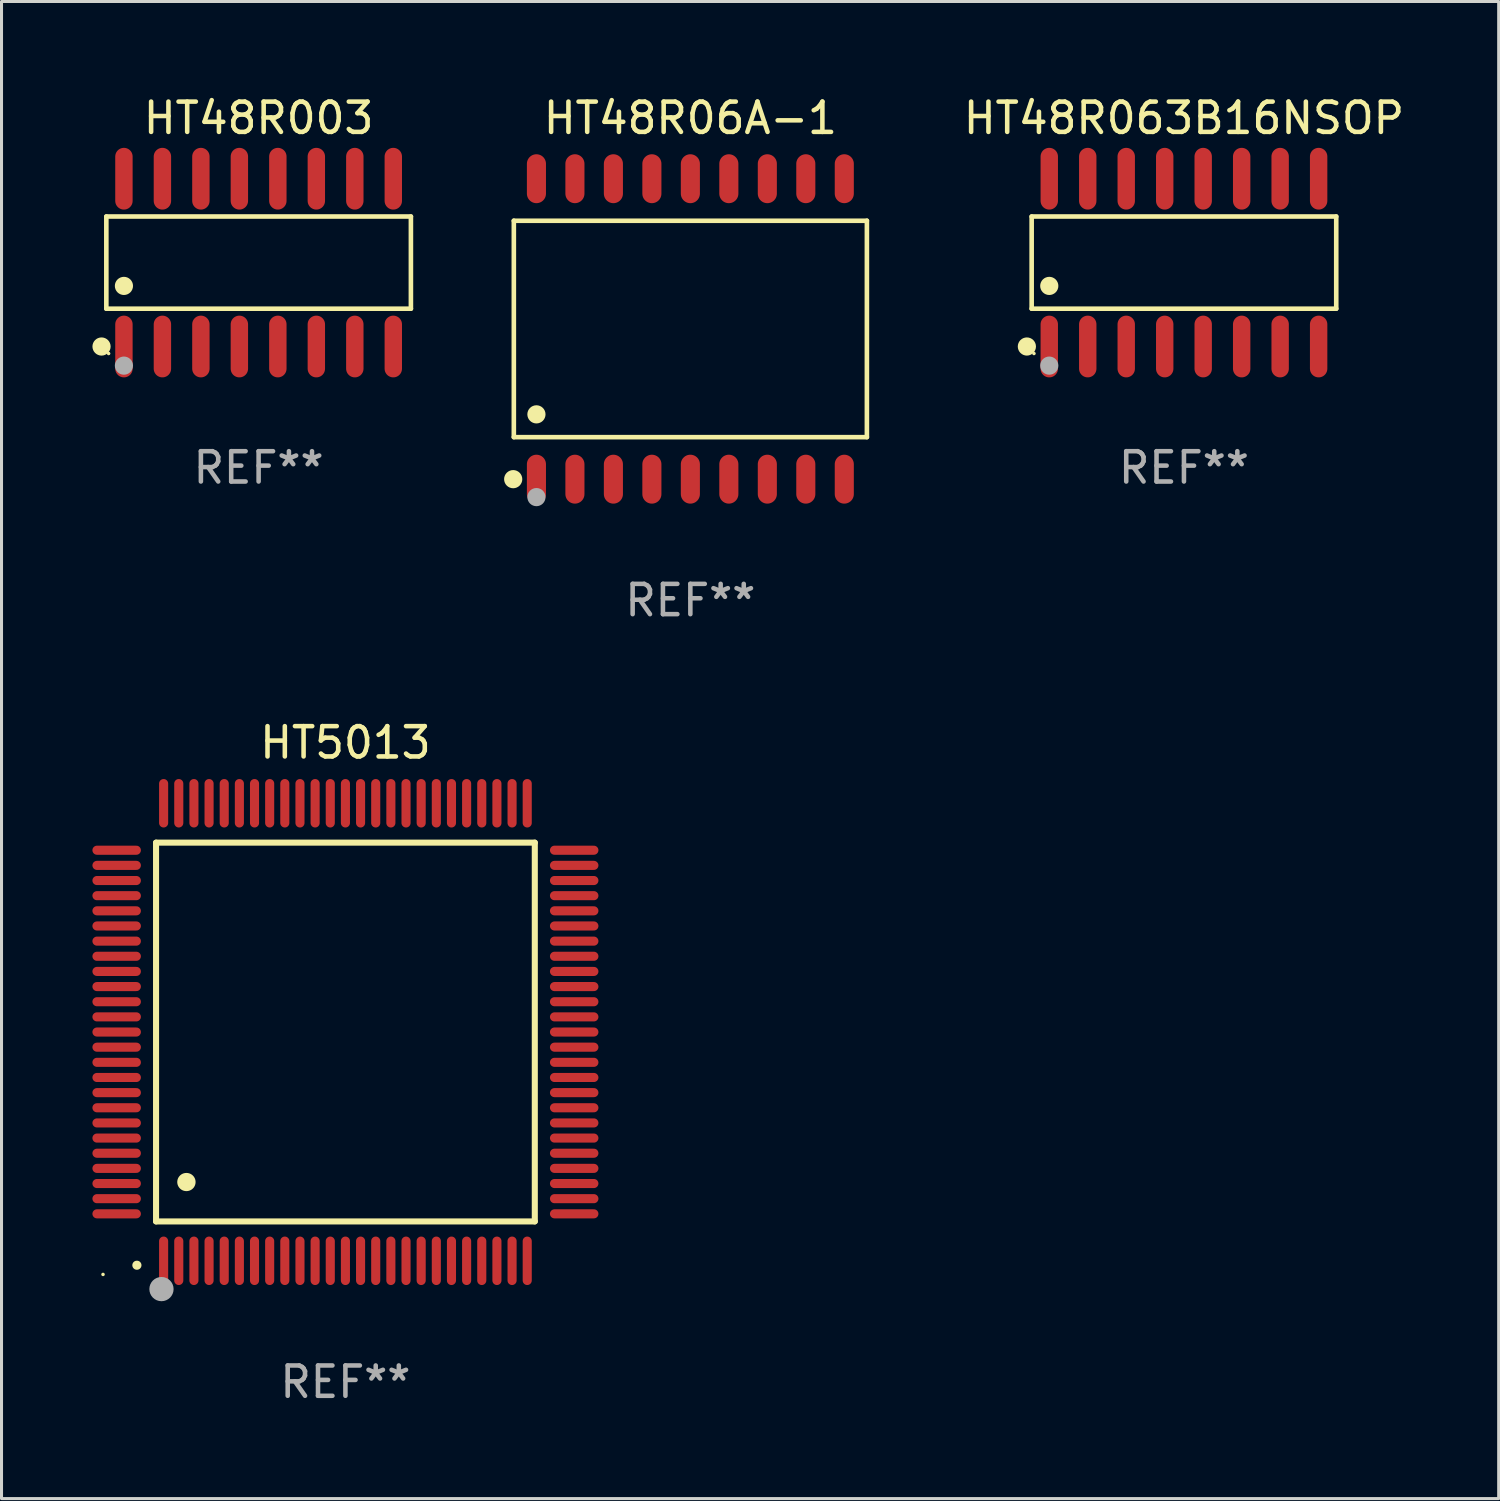
<source format=kicad_pcb>
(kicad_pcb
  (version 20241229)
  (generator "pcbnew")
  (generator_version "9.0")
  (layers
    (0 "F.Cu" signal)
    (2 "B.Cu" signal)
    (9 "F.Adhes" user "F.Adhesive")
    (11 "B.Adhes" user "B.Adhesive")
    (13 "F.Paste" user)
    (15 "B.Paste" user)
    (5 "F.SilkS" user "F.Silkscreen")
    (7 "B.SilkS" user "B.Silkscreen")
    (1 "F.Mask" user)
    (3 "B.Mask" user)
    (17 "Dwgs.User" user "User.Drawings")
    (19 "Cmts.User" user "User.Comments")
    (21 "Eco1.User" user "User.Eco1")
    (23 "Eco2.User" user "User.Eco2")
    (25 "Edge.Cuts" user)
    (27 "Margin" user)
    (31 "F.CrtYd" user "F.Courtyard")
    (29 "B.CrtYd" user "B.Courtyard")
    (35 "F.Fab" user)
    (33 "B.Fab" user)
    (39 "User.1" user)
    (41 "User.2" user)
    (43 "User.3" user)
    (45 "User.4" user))
  (footprint "HT48R063B16NSOP"
    (layer "F.Cu")
    (at 36.024 5.617)
    (property "Reference" "HT48R063B16NSOP" (at 0 -4.769 0) (layer "F.SilkS") (effects (font (size 1 1) (thickness 0.15))))
    (attr through_hole)
    (fp_line (start -5.026 -1.521) (end 5.026 -1.521) (stroke (width 0.152) (type solid)) (layer "F.SilkS"))
    (fp_line (start -5.026 1.521) (end -5.026 -1.521) (stroke (width 0.152) (type solid)) (layer "F.SilkS"))
    (fp_line (start 5.026 -1.521) (end 5.026 1.521) (stroke (width 0.152) (type solid)) (layer "F.SilkS"))
    (fp_line (start 5.026 1.521) (end -5.026 1.521) (stroke (width 0.152) (type solid)) (layer "F.SilkS"))
    (fp_circle (center -5.184 2.769) (end -5.034 2.769) (stroke (width 0.3) (type solid)) (fill no) (layer "F.SilkS"))
    (fp_circle (center -4.95 3) (end -4.92 3) (stroke (width 0.06) (type solid)) (fill no) (layer "F.SilkS"))
    (fp_circle (center -4.445 0.769) (end -4.295 0.769) (stroke (width 0.3) (type solid)) (fill no) (layer "F.SilkS"))
    (fp_circle (center -4.445 3.4) (end -4.295 3.4) (stroke (width 0.3) (type solid)) (fill no) (layer "F.Fab"))
    (fp_text user "REF**" (at 0 6.769 0) (layer "F.Fab") (effects (font (size 1 1) (thickness 0.15))))
    (pad "1" smd oval (at -4.445 2.769) (size 0.574 2.038) (layers "F.Cu" "F.Mask" "F.Paste"))
    (pad "2" smd oval (at -3.175 2.769) (size 0.574 2.038) (layers "F.Cu" "F.Mask" "F.Paste"))
    (pad "3" smd oval (at -1.905 2.769) (size 0.574 2.038) (layers "F.Cu" "F.Mask" "F.Paste"))
    (pad "4" smd oval (at -0.635 2.769) (size 0.574 2.038) (layers "F.Cu" "F.Mask" "F.Paste"))
    (pad "5" smd oval (at 0.635 2.769) (size 0.574 2.038) (layers "F.Cu" "F.Mask" "F.Paste"))
    (pad "6" smd oval (at 1.905 2.769) (size 0.574 2.038) (layers "F.Cu" "F.Mask" "F.Paste"))
    (pad "7" smd oval (at 3.175 2.769) (size 0.574 2.038) (layers "F.Cu" "F.Mask" "F.Paste"))
    (pad "8" smd oval (at 4.445 2.769) (size 0.574 2.038) (layers "F.Cu" "F.Mask" "F.Paste"))
    (pad "9" smd oval (at 4.445 -2.769) (size 0.574 2.038) (layers "F.Cu" "F.Mask" "F.Paste"))
    (pad "10" smd oval (at 3.175 -2.769) (size 0.574 2.038) (layers "F.Cu" "F.Mask" "F.Paste"))
    (pad "11" smd oval (at 1.905 -2.769) (size 0.574 2.038) (layers "F.Cu" "F.Mask" "F.Paste"))
    (pad "12" smd oval (at 0.635 -2.769) (size 0.574 2.038) (layers "F.Cu" "F.Mask" "F.Paste"))
    (pad "13" smd oval (at -0.635 -2.769) (size 0.574 2.038) (layers "F.Cu" "F.Mask" "F.Paste"))
    (pad "14" smd oval (at -1.905 -2.769) (size 0.574 2.038) (layers "F.Cu" "F.Mask" "F.Paste"))
    (pad "15" smd oval (at -3.175 -2.769) (size 0.574 2.038) (layers "F.Cu" "F.Mask" "F.Paste"))
    (pad "16" smd oval (at -4.445 -2.769) (size 0.574 2.038) (layers "F.Cu" "F.Mask" "F.Paste")))
  (footprint "HT48R06A-1"
    (layer "F.Cu")
    (at 19.734 7.806)
    (property "Reference" "HT48R06A-1" (at 0 -6.958 0) (layer "F.SilkS") (effects (font (size 1 1) (thickness 0.15))))
    (attr through_hole)
    (fp_line (start -5.826 -3.571) (end 5.826 -3.571) (stroke (width 0.152) (type solid)) (layer "F.SilkS"))
    (fp_line (start -5.826 3.571) (end -5.826 -3.571) (stroke (width 0.152) (type solid)) (layer "F.SilkS"))
    (fp_line (start 5.826 -3.571) (end 5.826 3.571) (stroke (width 0.152) (type solid)) (layer "F.SilkS"))
    (fp_line (start 5.826 3.571) (end -5.826 3.571) (stroke (width 0.152) (type solid)) (layer "F.SilkS"))
    (fp_circle (center -5.847 4.958) (end -5.697 4.958) (stroke (width 0.3) (type solid)) (fill no) (layer "F.SilkS"))
    (fp_circle (center -5.75 5.15) (end -5.72 5.15) (stroke (width 0.06) (type solid)) (fill no) (layer "F.SilkS"))
    (fp_circle (center -5.08 2.819) (end -4.93 2.819) (stroke (width 0.3) (type solid)) (fill no) (layer "F.SilkS"))
    (fp_circle (center -5.08 5.55) (end -4.93 5.55) (stroke (width 0.3) (type solid)) (fill no) (layer "F.Fab"))
    (fp_text user "REF**" (at 0 8.958 0) (layer "F.Fab") (effects (font (size 1 1) (thickness 0.15))))
    (pad "1" smd oval (at -5.08 4.958) (size 0.63 1.615) (layers "F.Cu" "F.Mask" "F.Paste"))
    (pad "2" smd oval (at -3.81 4.958) (size 0.63 1.615) (layers "F.Cu" "F.Mask" "F.Paste"))
    (pad "3" smd oval (at -2.54 4.958) (size 0.63 1.615) (layers "F.Cu" "F.Mask" "F.Paste"))
    (pad "4" smd oval (at -1.27 4.958) (size 0.63 1.615) (layers "F.Cu" "F.Mask" "F.Paste"))
    (pad "5" smd oval (at 0 4.958) (size 0.63 1.615) (layers "F.Cu" "F.Mask" "F.Paste"))
    (pad "6" smd oval (at 1.27 4.958) (size 0.63 1.615) (layers "F.Cu" "F.Mask" "F.Paste"))
    (pad "7" smd oval (at 2.54 4.958) (size 0.63 1.615) (layers "F.Cu" "F.Mask" "F.Paste"))
    (pad "8" smd oval (at 3.81 4.958) (size 0.63 1.615) (layers "F.Cu" "F.Mask" "F.Paste"))
    (pad "9" smd oval (at 5.08 4.958) (size 0.63 1.615) (layers "F.Cu" "F.Mask" "F.Paste"))
    (pad "10" smd oval (at 5.08 -4.958) (size 0.63 1.615) (layers "F.Cu" "F.Mask" "F.Paste"))
    (pad "11" smd oval (at 3.81 -4.958) (size 0.63 1.615) (layers "F.Cu" "F.Mask" "F.Paste"))
    (pad "12" smd oval (at 2.54 -4.958) (size 0.63 1.615) (layers "F.Cu" "F.Mask" "F.Paste"))
    (pad "13" smd oval (at 1.27 -4.958) (size 0.63 1.615) (layers "F.Cu" "F.Mask" "F.Paste"))
    (pad "14" smd oval (at 0 -4.958) (size 0.63 1.615) (layers "F.Cu" "F.Mask" "F.Paste"))
    (pad "15" smd oval (at -1.27 -4.958) (size 0.63 1.615) (layers "F.Cu" "F.Mask" "F.Paste"))
    (pad "16" smd oval (at -2.54 -4.958) (size 0.63 1.615) (layers "F.Cu" "F.Mask" "F.Paste"))
    (pad "17" smd oval (at -3.81 -4.958) (size 0.63 1.615) (layers "F.Cu" "F.Mask" "F.Paste"))
    (pad "18" smd oval (at -5.08 -4.958) (size 0.63 1.615) (layers "F.Cu" "F.Mask" "F.Paste")))
  (footprint "HT48R003"
    (layer "F.Cu")
    (at 5.485 5.617)
    (property "Reference" "HT48R003" (at 0 -4.769 0) (layer "F.SilkS") (effects (font (size 1 1) (thickness 0.15))))
    (attr through_hole)
    (fp_line (start -5.026 -1.521) (end 5.026 -1.521) (stroke (width 0.152) (type solid)) (layer "F.SilkS"))
    (fp_line (start -5.026 1.521) (end -5.026 -1.521) (stroke (width 0.152) (type solid)) (layer "F.SilkS"))
    (fp_line (start 5.026 -1.521) (end 5.026 1.521) (stroke (width 0.152) (type solid)) (layer "F.SilkS"))
    (fp_line (start 5.026 1.521) (end -5.026 1.521) (stroke (width 0.152) (type solid)) (layer "F.SilkS"))
    (fp_circle (center -5.184 2.769) (end -5.034 2.769) (stroke (width 0.3) (type solid)) (fill no) (layer "F.SilkS"))
    (fp_circle (center -4.95 3) (end -4.92 3) (stroke (width 0.06) (type solid)) (fill no) (layer "F.SilkS"))
    (fp_circle (center -4.445 0.769) (end -4.295 0.769) (stroke (width 0.3) (type solid)) (fill no) (layer "F.SilkS"))
    (fp_circle (center -4.445 3.4) (end -4.295 3.4) (stroke (width 0.3) (type solid)) (fill no) (layer "F.Fab"))
    (fp_text user "REF**" (at 0 6.769 0) (layer "F.Fab") (effects (font (size 1 1) (thickness 0.15))))
    (pad "1" smd oval (at -4.445 2.769) (size 0.574 2.038) (layers "F.Cu" "F.Mask" "F.Paste"))
    (pad "2" smd oval (at -3.175 2.769) (size 0.574 2.038) (layers "F.Cu" "F.Mask" "F.Paste"))
    (pad "3" smd oval (at -1.905 2.769) (size 0.574 2.038) (layers "F.Cu" "F.Mask" "F.Paste"))
    (pad "4" smd oval (at -0.635 2.769) (size 0.574 2.038) (layers "F.Cu" "F.Mask" "F.Paste"))
    (pad "5" smd oval (at 0.635 2.769) (size 0.574 2.038) (layers "F.Cu" "F.Mask" "F.Paste"))
    (pad "6" smd oval (at 1.905 2.769) (size 0.574 2.038) (layers "F.Cu" "F.Mask" "F.Paste"))
    (pad "7" smd oval (at 3.175 2.769) (size 0.574 2.038) (layers "F.Cu" "F.Mask" "F.Paste"))
    (pad "8" smd oval (at 4.445 2.769) (size 0.574 2.038) (layers "F.Cu" "F.Mask" "F.Paste"))
    (pad "9" smd oval (at 4.445 -2.769) (size 0.574 2.038) (layers "F.Cu" "F.Mask" "F.Paste"))
    (pad "10" smd oval (at 3.175 -2.769) (size 0.574 2.038) (layers "F.Cu" "F.Mask" "F.Paste"))
    (pad "11" smd oval (at 1.905 -2.769) (size 0.574 2.038) (layers "F.Cu" "F.Mask" "F.Paste"))
    (pad "12" smd oval (at 0.635 -2.769) (size 0.574 2.038) (layers "F.Cu" "F.Mask" "F.Paste"))
    (pad "13" smd oval (at -0.635 -2.769) (size 0.574 2.038) (layers "F.Cu" "F.Mask" "F.Paste"))
    (pad "14" smd oval (at -1.905 -2.769) (size 0.574 2.038) (layers "F.Cu" "F.Mask" "F.Paste"))
    (pad "15" smd oval (at -3.175 -2.769) (size 0.574 2.038) (layers "F.Cu" "F.Mask" "F.Paste"))
    (pad "16" smd oval (at -4.445 -2.769) (size 0.574 2.038) (layers "F.Cu" "F.Mask" "F.Paste")))
  (footprint "HT5013"
    (layer "F.Cu")
    (at 8.35 31.01)
    (property "Reference" "HT5013" (at 0 -9.55 0) (layer "F.SilkS") (effects (font (size 1 1) (thickness 0.15))))
    (attr through_hole)
    (fp_line (start -6.25 -6.25) (end -6.25 6.25) (stroke (width 0.2) (type solid)) (layer "F.SilkS"))
    (fp_line (start -6.25 6.25) (end 6.25 6.25) (stroke (width 0.2) (type solid)) (layer "F.SilkS"))
    (fp_line (start 6.25 -6.25) (end -6.25 -6.25) (stroke (width 0.2) (type solid)) (layer "F.SilkS"))
    (fp_line (start 6.25 6.25) (end 6.25 -6.25) (stroke (width 0.2) (type solid)) (layer "F.SilkS"))
    (fp_arc (start -6.883414 7.696215) (mid -6.882144 7.69621) (end -6.880874 7.696215) (stroke (width 0.3) (type solid)) (layer "F.SilkS"))
    (fp_arc (start -5.250191 4.95047) (mid -5.247651 4.950459) (end -5.245111 4.95047) (stroke (width 0.6) (type solid)) (layer "F.SilkS"))
    (fp_circle (center -8 8) (end -7.97 8) (stroke (width 0.06) (type solid)) (fill no) (layer "F.SilkS"))
    (fp_circle (center -6.071 8.484) (end -5.871 8.484) (stroke (width 0.4) (type solid)) (fill no) (layer "F.Fab"))
    (fp_text user "REF**" (at 0 11.55 0) (layer "F.Fab") (effects (font (size 1 1) (thickness 0.15))))
    (pad "1" smd oval (at -6 7.55) (size 0.3 1.6) (layers "F.Cu" "F.Mask" "F.Paste"))
    (pad "2" smd oval (at -5.5 7.55) (size 0.3 1.6) (layers "F.Cu" "F.Mask" "F.Paste"))
    (pad "3" smd oval (at -5 7.55) (size 0.3 1.6) (layers "F.Cu" "F.Mask" "F.Paste"))
    (pad "4" smd oval (at -4.5 7.55) (size 0.3 1.6) (layers "F.Cu" "F.Mask" "F.Paste"))
    (pad "5" smd oval (at -4 7.55) (size 0.3 1.6) (layers "F.Cu" "F.Mask" "F.Paste"))
    (pad "6" smd oval (at -3.5 7.55) (size 0.3 1.6) (layers "F.Cu" "F.Mask" "F.Paste"))
    (pad "7" smd oval (at -3 7.55) (size 0.3 1.6) (layers "F.Cu" "F.Mask" "F.Paste"))
    (pad "8" smd oval (at -2.5 7.55) (size 0.3 1.6) (layers "F.Cu" "F.Mask" "F.Paste"))
    (pad "9" smd oval (at -2 7.55) (size 0.3 1.6) (layers "F.Cu" "F.Mask" "F.Paste"))
    (pad "10" smd oval (at -1.5 7.55) (size 0.3 1.6) (layers "F.Cu" "F.Mask" "F.Paste"))
    (pad "11" smd oval (at -1 7.55) (size 0.3 1.6) (layers "F.Cu" "F.Mask" "F.Paste"))
    (pad "12" smd oval (at -0.5 7.55) (size 0.3 1.6) (layers "F.Cu" "F.Mask" "F.Paste"))
    (pad "13" smd oval (at 0 7.55) (size 0.3 1.6) (layers "F.Cu" "F.Mask" "F.Paste"))
    (pad "14" smd oval (at 0.5 7.55) (size 0.3 1.6) (layers "F.Cu" "F.Mask" "F.Paste"))
    (pad "15" smd oval (at 1 7.55) (size 0.3 1.6) (layers "F.Cu" "F.Mask" "F.Paste"))
    (pad "16" smd oval (at 1.5 7.55) (size 0.3 1.6) (layers "F.Cu" "F.Mask" "F.Paste"))
    (pad "17" smd oval (at 2 7.55) (size 0.3 1.6) (layers "F.Cu" "F.Mask" "F.Paste"))
    (pad "18" smd oval (at 2.5 7.55) (size 0.3 1.6) (layers "F.Cu" "F.Mask" "F.Paste"))
    (pad "19" smd oval (at 3 7.55) (size 0.3 1.6) (layers "F.Cu" "F.Mask" "F.Paste"))
    (pad "20" smd oval (at 3.5 7.55) (size 0.3 1.6) (layers "F.Cu" "F.Mask" "F.Paste"))
    (pad "21" smd oval (at 4 7.55) (size 0.3 1.6) (layers "F.Cu" "F.Mask" "F.Paste"))
    (pad "22" smd oval (at 4.5 7.55) (size 0.3 1.6) (layers "F.Cu" "F.Mask" "F.Paste"))
    (pad "23" smd oval (at 5 7.55) (size 0.3 1.6) (layers "F.Cu" "F.Mask" "F.Paste"))
    (pad "24" smd oval (at 5.5 7.55) (size 0.3 1.6) (layers "F.Cu" "F.Mask" "F.Paste"))
    (pad "25" smd oval (at 6 7.55) (size 0.3 1.6) (layers "F.Cu" "F.Mask" "F.Paste"))
    (pad "26" smd oval (at 7.55 6) (size 1.6 0.3) (layers "F.Cu" "F.Mask" "F.Paste"))
    (pad "27" smd oval (at 7.55 5.5) (size 1.6 0.3) (layers "F.Cu" "F.Mask" "F.Paste"))
    (pad "28" smd oval (at 7.55 5) (size 1.6 0.3) (layers "F.Cu" "F.Mask" "F.Paste"))
    (pad "29" smd oval (at 7.55 4.5) (size 1.6 0.3) (layers "F.Cu" "F.Mask" "F.Paste"))
    (pad "30" smd oval (at 7.55 4) (size 1.6 0.3) (layers "F.Cu" "F.Mask" "F.Paste"))
    (pad "31" smd oval (at 7.55 3.5) (size 1.6 0.3) (layers "F.Cu" "F.Mask" "F.Paste"))
    (pad "32" smd oval (at 7.55 3) (size 1.6 0.3) (layers "F.Cu" "F.Mask" "F.Paste"))
    (pad "33" smd oval (at 7.55 2.5) (size 1.6 0.3) (layers "F.Cu" "F.Mask" "F.Paste"))
    (pad "34" smd oval (at 7.55 2) (size 1.6 0.3) (layers "F.Cu" "F.Mask" "F.Paste"))
    (pad "35" smd oval (at 7.55 1.5) (size 1.6 0.3) (layers "F.Cu" "F.Mask" "F.Paste"))
    (pad "36" smd oval (at 7.55 1) (size 1.6 0.3) (layers "F.Cu" "F.Mask" "F.Paste"))
    (pad "37" smd oval (at 7.55 0.5) (size 1.6 0.3) (layers "F.Cu" "F.Mask" "F.Paste"))
    (pad "38" smd oval (at 7.55 0) (size 1.6 0.3) (layers "F.Cu" "F.Mask" "F.Paste"))
    (pad "39" smd oval (at 7.55 -0.5) (size 1.6 0.3) (layers "F.Cu" "F.Mask" "F.Paste"))
    (pad "40" smd oval (at 7.55 -1) (size 1.6 0.3) (layers "F.Cu" "F.Mask" "F.Paste"))
    (pad "41" smd oval (at 7.55 -1.5) (size 1.6 0.3) (layers "F.Cu" "F.Mask" "F.Paste"))
    (pad "42" smd oval (at 7.55 -2) (size 1.6 0.3) (layers "F.Cu" "F.Mask" "F.Paste"))
    (pad "43" smd oval (at 7.55 -2.5) (size 1.6 0.3) (layers "F.Cu" "F.Mask" "F.Paste"))
    (pad "44" smd oval (at 7.55 -3) (size 1.6 0.3) (layers "F.Cu" "F.Mask" "F.Paste"))
    (pad "45" smd oval (at 7.55 -3.5) (size 1.6 0.3) (layers "F.Cu" "F.Mask" "F.Paste"))
    (pad "46" smd oval (at 7.55 -4) (size 1.6 0.3) (layers "F.Cu" "F.Mask" "F.Paste"))
    (pad "47" smd oval (at 7.55 -4.5) (size 1.6 0.3) (layers "F.Cu" "F.Mask" "F.Paste"))
    (pad "48" smd oval (at 7.55 -5) (size 1.6 0.3) (layers "F.Cu" "F.Mask" "F.Paste"))
    (pad "49" smd oval (at 7.55 -5.5) (size 1.6 0.3) (layers "F.Cu" "F.Mask" "F.Paste"))
    (pad "50" smd oval (at 7.55 -6) (size 1.6 0.3) (layers "F.Cu" "F.Mask" "F.Paste"))
    (pad "51" smd oval (at 6 -7.55) (size 0.3 1.6) (layers "F.Cu" "F.Mask" "F.Paste"))
    (pad "52" smd oval (at 5.5 -7.55) (size 0.3 1.6) (layers "F.Cu" "F.Mask" "F.Paste"))
    (pad "53" smd oval (at 5 -7.55) (size 0.3 1.6) (layers "F.Cu" "F.Mask" "F.Paste"))
    (pad "54" smd oval (at 4.5 -7.55) (size 0.3 1.6) (layers "F.Cu" "F.Mask" "F.Paste"))
    (pad "55" smd oval (at 4 -7.55) (size 0.3 1.6) (layers "F.Cu" "F.Mask" "F.Paste"))
    (pad "56" smd oval (at 3.5 -7.55) (size 0.3 1.6) (layers "F.Cu" "F.Mask" "F.Paste"))
    (pad "57" smd oval (at 3 -7.55) (size 0.3 1.6) (layers "F.Cu" "F.Mask" "F.Paste"))
    (pad "58" smd oval (at 2.5 -7.55) (size 0.3 1.6) (layers "F.Cu" "F.Mask" "F.Paste"))
    (pad "59" smd oval (at 2 -7.55) (size 0.3 1.6) (layers "F.Cu" "F.Mask" "F.Paste"))
    (pad "60" smd oval (at 1.5 -7.55) (size 0.3 1.6) (layers "F.Cu" "F.Mask" "F.Paste"))
    (pad "61" smd oval (at 1 -7.55) (size 0.3 1.6) (layers "F.Cu" "F.Mask" "F.Paste"))
    (pad "62" smd oval (at 0.5 -7.55) (size 0.3 1.6) (layers "F.Cu" "F.Mask" "F.Paste"))
    (pad "63" smd oval (at 0 -7.55) (size 0.3 1.6) (layers "F.Cu" "F.Mask" "F.Paste"))
    (pad "64" smd oval (at -0.5 -7.55) (size 0.3 1.6) (layers "F.Cu" "F.Mask" "F.Paste"))
    (pad "65" smd oval (at -1 -7.55) (size 0.3 1.6) (layers "F.Cu" "F.Mask" "F.Paste"))
    (pad "66" smd oval (at -1.5 -7.55) (size 0.3 1.6) (layers "F.Cu" "F.Mask" "F.Paste"))
    (pad "67" smd oval (at -2 -7.55) (size 0.3 1.6) (layers "F.Cu" "F.Mask" "F.Paste"))
    (pad "68" smd oval (at -2.5 -7.55) (size 0.3 1.6) (layers "F.Cu" "F.Mask" "F.Paste"))
    (pad "69" smd oval (at -3 -7.55) (size 0.3 1.6) (layers "F.Cu" "F.Mask" "F.Paste"))
    (pad "70" smd oval (at -3.5 -7.55) (size 0.3 1.6) (layers "F.Cu" "F.Mask" "F.Paste"))
    (pad "71" smd oval (at -4 -7.55) (size 0.3 1.6) (layers "F.Cu" "F.Mask" "F.Paste"))
    (pad "72" smd oval (at -4.5 -7.55) (size 0.3 1.6) (layers "F.Cu" "F.Mask" "F.Paste"))
    (pad "73" smd oval (at -5 -7.55) (size 0.3 1.6) (layers "F.Cu" "F.Mask" "F.Paste"))
    (pad "74" smd oval (at -5.5 -7.55) (size 0.3 1.6) (layers "F.Cu" "F.Mask" "F.Paste"))
    (pad "75" smd oval (at -6 -7.55) (size 0.3 1.6) (layers "F.Cu" "F.Mask" "F.Paste"))
    (pad "76" smd oval (at -7.55 -6) (size 1.6 0.3) (layers "F.Cu" "F.Mask" "F.Paste"))
    (pad "77" smd oval (at -7.55 -5.5) (size 1.6 0.3) (layers "F.Cu" "F.Mask" "F.Paste"))
    (pad "78" smd oval (at -7.55 -5) (size 1.6 0.3) (layers "F.Cu" "F.Mask" "F.Paste"))
    (pad "79" smd oval (at -7.55 -4.5) (size 1.6 0.3) (layers "F.Cu" "F.Mask" "F.Paste"))
    (pad "80" smd oval (at -7.55 -4) (size 1.6 0.3) (layers "F.Cu" "F.Mask" "F.Paste"))
    (pad "81" smd oval (at -7.55 -3.5) (size 1.6 0.3) (layers "F.Cu" "F.Mask" "F.Paste"))
    (pad "82" smd oval (at -7.55 -3) (size 1.6 0.3) (layers "F.Cu" "F.Mask" "F.Paste"))
    (pad "83" smd oval (at -7.55 -2.5) (size 1.6 0.3) (layers "F.Cu" "F.Mask" "F.Paste"))
    (pad "84" smd oval (at -7.55 -2) (size 1.6 0.3) (layers "F.Cu" "F.Mask" "F.Paste"))
    (pad "85" smd oval (at -7.55 -1.5) (size 1.6 0.3) (layers "F.Cu" "F.Mask" "F.Paste"))
    (pad "86" smd oval (at -7.55 -1) (size 1.6 0.3) (layers "F.Cu" "F.Mask" "F.Paste"))
    (pad "87" smd oval (at -7.55 -0.5) (size 1.6 0.3) (layers "F.Cu" "F.Mask" "F.Paste"))
    (pad "88" smd oval (at -7.55 0) (size 1.6 0.3) (layers "F.Cu" "F.Mask" "F.Paste"))
    (pad "89" smd oval (at -7.55 0.5) (size 1.6 0.3) (layers "F.Cu" "F.Mask" "F.Paste"))
    (pad "90" smd oval (at -7.55 1) (size 1.6 0.3) (layers "F.Cu" "F.Mask" "F.Paste"))
    (pad "91" smd oval (at -7.55 1.5) (size 1.6 0.3) (layers "F.Cu" "F.Mask" "F.Paste"))
    (pad "92" smd oval (at -7.55 2) (size 1.6 0.3) (layers "F.Cu" "F.Mask" "F.Paste"))
    (pad "93" smd oval (at -7.55 2.5) (size 1.6 0.3) (layers "F.Cu" "F.Mask" "F.Paste"))
    (pad "94" smd oval (at -7.55 3) (size 1.6 0.3) (layers "F.Cu" "F.Mask" "F.Paste"))
    (pad "95" smd oval (at -7.55 3.5) (size 1.6 0.3) (layers "F.Cu" "F.Mask" "F.Paste"))
    (pad "96" smd oval (at -7.55 4) (size 1.6 0.3) (layers "F.Cu" "F.Mask" "F.Paste"))
    (pad "97" smd oval (at -7.55 4.5) (size 1.6 0.3) (layers "F.Cu" "F.Mask" "F.Paste"))
    (pad "98" smd oval (at -7.55 5) (size 1.6 0.3) (layers "F.Cu" "F.Mask" "F.Paste"))
    (pad "99" smd oval (at -7.55 5.5) (size 1.6 0.3) (layers "F.Cu" "F.Mask" "F.Paste"))
    (pad "100" smd oval (at -7.55 6) (size 1.6 0.3) (layers "F.Cu" "F.Mask" "F.Paste")))
  (gr_rect
    (start -3 -3)
    (end 46.411 46.408)
    (stroke (width 0.1) (type default))
    (fill no)
    (layer "Edge.Cuts")))
</source>
